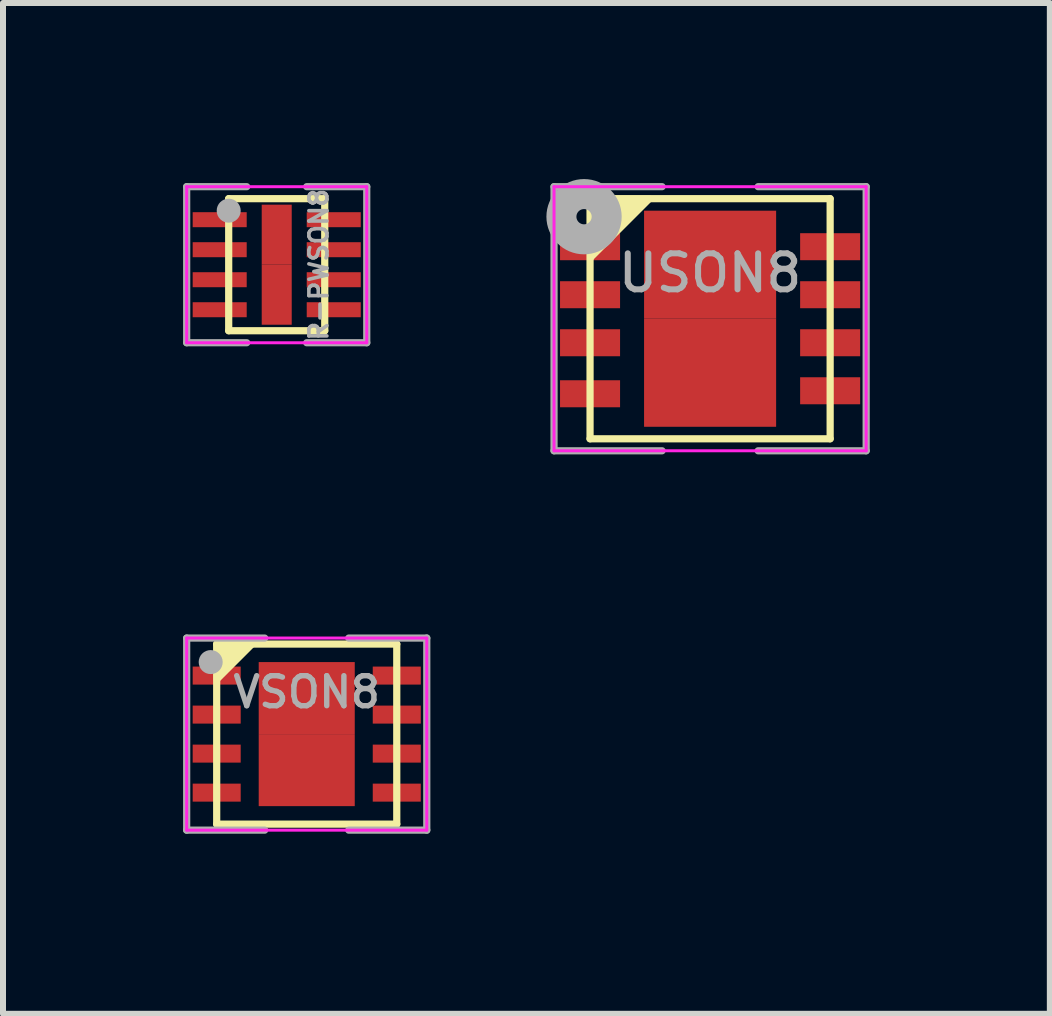
<source format=kicad_pcb>
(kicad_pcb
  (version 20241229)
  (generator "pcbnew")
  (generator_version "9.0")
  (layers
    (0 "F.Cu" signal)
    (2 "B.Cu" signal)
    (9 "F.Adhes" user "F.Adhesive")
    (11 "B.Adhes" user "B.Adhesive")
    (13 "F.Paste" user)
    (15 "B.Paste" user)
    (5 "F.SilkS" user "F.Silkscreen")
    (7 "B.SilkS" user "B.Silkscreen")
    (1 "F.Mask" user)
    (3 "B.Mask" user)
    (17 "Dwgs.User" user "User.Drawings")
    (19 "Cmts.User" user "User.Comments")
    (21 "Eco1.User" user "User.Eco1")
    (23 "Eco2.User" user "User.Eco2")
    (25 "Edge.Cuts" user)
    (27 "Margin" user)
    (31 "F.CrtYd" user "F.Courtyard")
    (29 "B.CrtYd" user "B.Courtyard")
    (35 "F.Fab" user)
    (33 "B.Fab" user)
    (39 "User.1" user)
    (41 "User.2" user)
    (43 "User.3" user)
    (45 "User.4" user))
  (footprint "USON8"
    (layer "F.Cu")
    (at 8.78 2.26)
    (property "Reference" "USON8" (at 0 -0.762 180) (layer "F.Fab") (effects (font (size 0.6 0.6) (thickness 0.1))))
    (attr smd)
    (fp_line (start -2 -2) (end -2 2) (stroke (width 0.12) (type solid)) (layer "F.SilkS"))
    (fp_line (start -2 -2) (end 2 -2) (stroke (width 0.12) (type solid)) (layer "F.SilkS"))
    (fp_line (start 2 -2) (end 2 2) (stroke (width 0.12) (type solid)) (layer "F.SilkS"))
    (fp_line (start 2 2) (end -2 2) (stroke (width 0.12) (type solid)) (layer "F.SilkS"))
    (fp_poly (pts (xy -1 -2) (xy -2 -1) (xy -2 -2)) (stroke (width 0.1) (type solid)) (fill yes) (layer "F.SilkS"))
    (fp_line (start -2.6 2.2) (end -2.6 -2.2) (stroke (width 0.05) (type solid)) (layer "F.CrtYd"))
    (fp_line (start -2.6 2.2) (end 2.6 2.2) (stroke (width 0.05) (type solid)) (layer "F.CrtYd"))
    (fp_line (start 2.6 -2.2) (end -2.6 -2.2) (stroke (width 0.05) (type solid)) (layer "F.CrtYd"))
    (fp_line (start 2.6 -2.2) (end 2.6 2.2) (stroke (width 0.05) (type solid)) (layer "F.CrtYd"))
    (fp_line (start -2.6 -2.2) (end -2.6 2.2) (stroke (width 0.12) (type solid)) (layer "F.Fab"))
    (fp_line (start -0.8 -2.2) (end -2.6 -2.2) (stroke (width 0.12) (type solid)) (layer "F.Fab"))
    (fp_line (start -0.8 2.2) (end -2.6 2.2) (stroke (width 0.12) (type solid)) (layer "F.Fab"))
    (fp_line (start 2.6 -2.2) (end 0.8 -2.2) (stroke (width 0.12) (type solid)) (layer "F.Fab"))
    (fp_line (start 2.6 -2.2) (end 2.6 2.2) (stroke (width 0.12) (type solid)) (layer "F.Fab"))
    (fp_line (start 2.6 2.2) (end 0.8 2.2) (stroke (width 0.12) (type solid)) (layer "F.Fab"))
    (fp_circle (center -2.1 -1.7) (end -1.973 -1.7) (stroke (width 0.5) (type solid)) (fill no) (layer "F.Fab"))
    (pad "0" smd rect (at 0 -0.9) (size 2.2 1.8) (layers "F.Cu" "F.Mask" "F.Paste"))
    (pad "0" smd rect (at 0 0.9) (size 2.2 1.8) (layers "F.Cu" "F.Mask" "F.Paste"))
    (pad "1" smd rect (at -2 -1.2) (size 1 0.45) (layers "F.Cu" "F.Mask" "F.Paste"))
    (pad "2" smd rect (at -2 -0.4) (size 1 0.45) (layers "F.Cu" "F.Mask" "F.Paste"))
    (pad "3" smd rect (at -2 0.4) (size 1 0.45) (layers "F.Cu" "F.Mask" "F.Paste"))
    (pad "4" smd rect (at -2 1.25) (size 1 0.45) (layers "F.Cu" "F.Mask" "F.Paste"))
    (pad "5" smd rect (at 2 1.2) (size 1 0.45) (layers "F.Cu" "F.Mask" "F.Paste"))
    (pad "6" smd rect (at 2 0.4) (size 1 0.45) (layers "F.Cu" "F.Mask" "F.Paste"))
    (pad "7" smd rect (at 2 -0.4) (size 1 0.45) (layers "F.Cu" "F.Mask" "F.Paste"))
    (pad "8" smd rect (at 2 -1.2) (size 1 0.45) (layers "F.Cu" "F.Mask" "F.Paste")))
  (footprint "VSON8"
    (layer "F.Cu")
    (at 2.06 9.18)
    (property "Reference" "VSON8" (at 0 -0.7 180) (layer "F.Fab") (effects (font (size 0.5 0.5) (thickness 0.09))))
    (attr smd)
    (fp_line (start -1.5 -1.5) (end -1.5 1.5) (stroke (width 0.12) (type solid)) (layer "F.SilkS"))
    (fp_line (start -1.5 -1.5) (end 1.5 -1.5) (stroke (width 0.12) (type solid)) (layer "F.SilkS"))
    (fp_line (start 1.5 -1.5) (end 1.5 1.5) (stroke (width 0.12) (type solid)) (layer "F.SilkS"))
    (fp_line (start 1.5 1.5) (end -1.5 1.5) (stroke (width 0.12) (type solid)) (layer "F.SilkS"))
    (fp_poly (pts (xy -0.9 -1.5) (xy -1.5 -0.9) (xy -1.5 -1.5)) (stroke (width 0.1) (type solid)) (fill yes) (layer "F.SilkS"))
    (fp_line (start -2 -1.6) (end -2 1.6) (stroke (width 0.05) (type solid)) (layer "F.CrtYd"))
    (fp_line (start 2 -1.6) (end -2 -1.6) (stroke (width 0.05) (type solid)) (layer "F.CrtYd"))
    (fp_line (start 2 -1.6) (end 2 1.6) (stroke (width 0.05) (type solid)) (layer "F.CrtYd"))
    (fp_line (start 2 1.6) (end -2 1.6) (stroke (width 0.05) (type solid)) (layer "F.CrtYd"))
    (fp_line (start -2 -1.6) (end -2 1.6) (stroke (width 0.12) (type solid)) (layer "F.Fab"))
    (fp_line (start -0.7 -1.6) (end -2 -1.6) (stroke (width 0.12) (type solid)) (layer "F.Fab"))
    (fp_line (start -0.7 1.6) (end -2 1.6) (stroke (width 0.12) (type solid)) (layer "F.Fab"))
    (fp_line (start 2 -1.6) (end 0.7 -1.6) (stroke (width 0.12) (type solid)) (layer "F.Fab"))
    (fp_line (start 2 -1.6) (end 2 1.6) (stroke (width 0.12) (type solid)) (layer "F.Fab"))
    (fp_line (start 2 1.6) (end 0.7 1.6) (stroke (width 0.12) (type solid)) (layer "F.Fab"))
    (fp_circle (center -1.6 -1.2) (end -1.5 -1.2) (stroke (width 0.2) (type solid)) (fill no) (layer "F.Fab"))
    (pad "0" smd rect (at 0 -0.6) (size 1.6 1.2) (layers "F.Cu" "F.Mask" "F.Paste"))
    (pad "0" smd rect (at 0 0.6) (size 1.6 1.2) (layers "F.Cu" "F.Mask" "F.Paste"))
    (pad "1" smd rect (at -1.5 -0.975) (size 0.8 0.3) (layers "F.Cu" "F.Mask" "F.Paste"))
    (pad "2" smd rect (at -1.5 -0.325) (size 0.8 0.3) (layers "F.Cu" "F.Mask" "F.Paste"))
    (pad "3" smd rect (at -1.5 0.325) (size 0.8 0.3) (layers "F.Cu" "F.Mask" "F.Paste"))
    (pad "4" smd rect (at -1.5 0.975) (size 0.8 0.3) (layers "F.Cu" "F.Mask" "F.Paste"))
    (pad "5" smd rect (at 1.5 0.975) (size 0.8 0.3) (layers "F.Cu" "F.Mask" "F.Paste"))
    (pad "6" smd rect (at 1.5 0.325) (size 0.8 0.3) (layers "F.Cu" "F.Mask" "F.Paste"))
    (pad "7" smd rect (at 1.5 -0.325) (size 0.8 0.3) (layers "F.Cu" "F.Mask" "F.Paste"))
    (pad "8" smd rect (at 1.5 -0.975) (size 0.8 0.3) (layers "F.Cu" "F.Mask" "F.Paste")))
  (footprint "R-PWSON8"
    (layer "F.Cu")
    (at 1.56 1.36)
    (property "Reference" "R-PWSON8" (at 0.7 0 270) (layer "F.Fab") (effects (font (size 0.3 0.3) (thickness 0.06))))
    (attr smd)
    (fp_line (start -0.8 1.1) (end -0.8 -1.1) (stroke (width 0.12) (type solid)) (layer "F.SilkS"))
    (fp_line (start 0.8 -1.1) (end -0.8 -1.1) (stroke (width 0.12) (type solid)) (layer "F.SilkS"))
    (fp_line (start 0.8 1.1) (end -0.8 1.1) (stroke (width 0.12) (type solid)) (layer "F.SilkS"))
    (fp_line (start 0.8 1.1) (end 0.8 -1.1) (stroke (width 0.12) (type solid)) (layer "F.SilkS"))
    (fp_line (start -1.5 -1.3) (end -1.5 1.3) (stroke (width 0.05) (type solid)) (layer "F.CrtYd"))
    (fp_line (start -1.5 -1.3) (end 1.5 -1.3) (stroke (width 0.05) (type solid)) (layer "F.CrtYd"))
    (fp_line (start -1.5 1.3) (end 1.5 1.3) (stroke (width 0.05) (type solid)) (layer "F.CrtYd"))
    (fp_line (start 1.5 -1.3) (end 1.5 1.3) (stroke (width 0.05) (type solid)) (layer "F.CrtYd"))
    (fp_line (start -1.5 -1.3) (end -1.5 1.3) (stroke (width 0.12) (type solid)) (layer "F.Fab"))
    (fp_line (start -1.5 -1.3) (end -0.5 -1.3) (stroke (width 0.12) (type solid)) (layer "F.Fab"))
    (fp_line (start -1.5 1.3) (end -0.5 1.3) (stroke (width 0.12) (type solid)) (layer "F.Fab"))
    (fp_line (start 0.5 -1.3) (end 1.5 -1.3) (stroke (width 0.12) (type solid)) (layer "F.Fab"))
    (fp_line (start 0.5 1.3) (end 1.5 1.3) (stroke (width 0.12) (type solid)) (layer "F.Fab"))
    (fp_line (start 1.5 -1.3) (end 1.5 1.3) (stroke (width 0.12) (type solid)) (layer "F.Fab"))
    (fp_circle (center -0.8 -0.9) (end -0.8 -1) (stroke (width 0.2) (type solid)) (fill no) (layer "F.Fab"))
    (pad "0" smd rect (at 0 -0.5) (size 0.5 1) (layers "F.Cu" "F.Mask" "F.Paste"))
    (pad "0" smd rect (at 0 0.5) (size 0.5 1) (layers "F.Cu" "F.Mask" "F.Paste"))
    (pad "1" smd rect (at -0.95 -0.75 180) (size 0.9 0.25) (layers "F.Cu" "F.Mask" "F.Paste"))
    (pad "2" smd rect (at -0.95 -0.25 180) (size 0.9 0.25) (layers "F.Cu" "F.Mask" "F.Paste"))
    (pad "3" smd rect (at -0.95 0.25 180) (size 0.9 0.25) (layers "F.Cu" "F.Mask" "F.Paste"))
    (pad "4" smd rect (at -0.95 0.75 180) (size 0.9 0.25) (layers "F.Cu" "F.Mask" "F.Paste"))
    (pad "5" smd rect (at 0.95 0.75 180) (size 0.9 0.25) (layers "F.Cu" "F.Mask" "F.Paste"))
    (pad "6" smd rect (at 0.95 0.25 180) (size 0.9 0.25) (layers "F.Cu" "F.Mask" "F.Paste"))
    (pad "7" smd rect (at 0.95 -0.25 180) (size 0.9 0.25) (layers "F.Cu" "F.Mask" "F.Paste"))
    (pad "8" smd rect (at 0.95 -0.75 180) (size 0.9 0.25) (layers "F.Cu" "F.Mask" "F.Paste")))
  (gr_rect
    (start -3 -3)
    (end 14.44 13.84)
    (stroke (width 0.1) (type default))
    (fill no)
    (layer "Edge.Cuts")))
</source>
